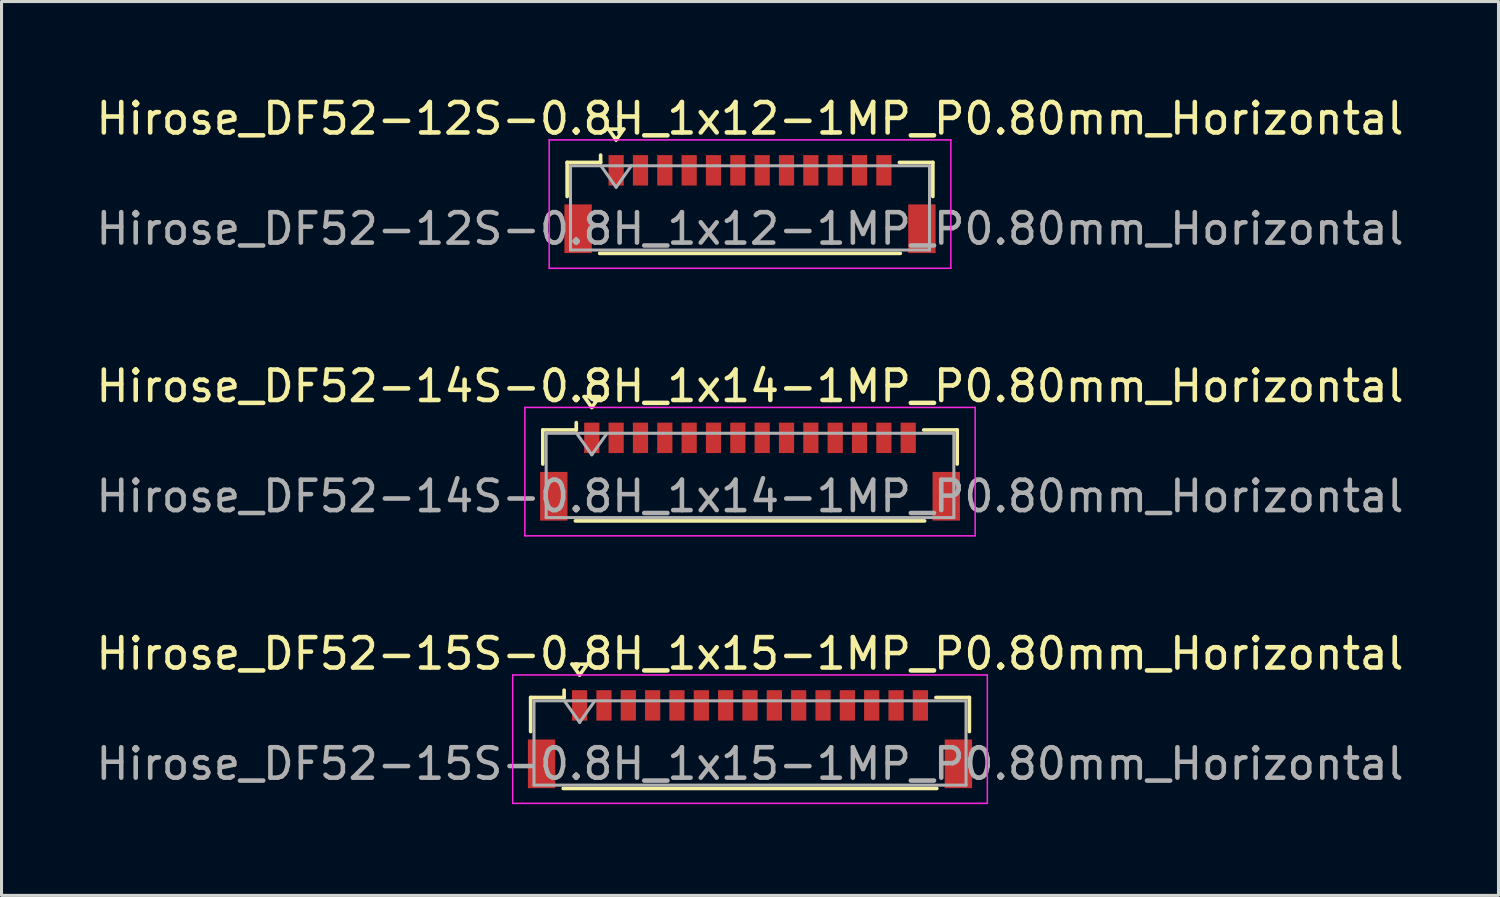
<source format=kicad_pcb>
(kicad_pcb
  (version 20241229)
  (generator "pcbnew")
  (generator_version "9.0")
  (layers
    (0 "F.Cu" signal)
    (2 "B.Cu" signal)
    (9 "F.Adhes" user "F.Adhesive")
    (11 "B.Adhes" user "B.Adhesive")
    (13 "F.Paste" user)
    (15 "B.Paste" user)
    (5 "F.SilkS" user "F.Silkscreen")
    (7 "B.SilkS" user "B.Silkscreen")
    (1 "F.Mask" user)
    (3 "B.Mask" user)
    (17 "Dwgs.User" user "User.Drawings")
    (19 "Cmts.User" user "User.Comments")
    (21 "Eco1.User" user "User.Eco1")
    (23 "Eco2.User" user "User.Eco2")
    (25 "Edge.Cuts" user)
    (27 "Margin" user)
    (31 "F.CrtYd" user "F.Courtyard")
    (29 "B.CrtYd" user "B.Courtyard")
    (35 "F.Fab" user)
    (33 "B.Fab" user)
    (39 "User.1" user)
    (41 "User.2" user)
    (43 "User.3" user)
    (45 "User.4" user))
  (footprint "Hirose_DF52-15S-0.8H_1x15-1MP_P0.80mm_Horizontal"
    (layer "F.Cu")
    (at 21.601 21.245)
    (property "Reference" "Hirose_DF52-15S-0.8H_1x15-1MP_P0.80mm_Horizontal" (at 0 -2.81 0) (layer "F.SilkS") (effects (font (size 1 1) (thickness 0.15))))
    (attr smd)
    (fp_line (start -7.21 -1.37) (end -6.11 -1.37) (stroke (width 0.12) (type solid)) (layer "F.SilkS"))
    (fp_line (start -7.21 -0.25) (end -7.21 -1.37) (stroke (width 0.12) (type solid)) (layer "F.SilkS"))
    (fp_line (start -6.14 1.62) (end 6.14 1.62) (stroke (width 0.12) (type solid)) (layer "F.SilkS"))
    (fp_line (start -6.11 -1.37) (end -6.11 -1.61) (stroke (width 0.12) (type solid)) (layer "F.SilkS"))
    (fp_line (start -5.85 -2.464) (end -5.6 -2.11) (stroke (width 0.12) (type solid)) (layer "F.SilkS"))
    (fp_line (start -5.6 -2.11) (end -5.35 -2.464) (stroke (width 0.12) (type solid)) (layer "F.SilkS"))
    (fp_line (start -5.35 -2.464) (end -5.85 -2.464) (stroke (width 0.12) (type solid)) (layer "F.SilkS"))
    (fp_line (start 7.21 -1.37) (end 6.11 -1.37) (stroke (width 0.12) (type solid)) (layer "F.SilkS"))
    (fp_line (start 7.21 -0.25) (end 7.21 -1.37) (stroke (width 0.12) (type solid)) (layer "F.SilkS"))
    (fp_line (start -7.8 -2.11) (end -7.8 2.11) (stroke (width 0.05) (type solid)) (layer "F.CrtYd"))
    (fp_line (start -7.8 2.11) (end 7.8 2.11) (stroke (width 0.05) (type solid)) (layer "F.CrtYd"))
    (fp_line (start 7.8 -2.11) (end -7.8 -2.11) (stroke (width 0.05) (type solid)) (layer "F.CrtYd"))
    (fp_line (start 7.8 2.11) (end 7.8 -2.11) (stroke (width 0.05) (type solid)) (layer "F.CrtYd"))
    (fp_line (start -7.1 -1.26) (end -7.1 1.51) (stroke (width 0.1) (type solid)) (layer "F.Fab"))
    (fp_line (start -7.1 -1.26) (end 7.1 -1.26) (stroke (width 0.1) (type solid)) (layer "F.Fab"))
    (fp_line (start -7.1 1.51) (end 7.1 1.51) (stroke (width 0.1) (type solid)) (layer "F.Fab"))
    (fp_line (start -6.1 -1.26) (end -5.6 -0.553) (stroke (width 0.1) (type solid)) (layer "F.Fab"))
    (fp_line (start -5.6 -0.553) (end -5.1 -1.26) (stroke (width 0.1) (type solid)) (layer "F.Fab"))
    (fp_line (start 7.1 -1.26) (end 7.1 1.51) (stroke (width 0.1) (type solid)) (layer "F.Fab"))
    (fp_text user "${REFERENCE}" (at 0 0.81 0) (layer "F.Fab") (effects (font (size 1 1) (thickness 0.15))))
    (pad "1" smd rect (at -5.6 -1.11) (size 0.5 1) (layers "F.Cu" "F.Mask" "F.Paste"))
    (pad "2" smd rect (at -4.8 -1.11) (size 0.5 1) (layers "F.Cu" "F.Mask" "F.Paste"))
    (pad "3" smd rect (at -4 -1.11) (size 0.5 1) (layers "F.Cu" "F.Mask" "F.Paste"))
    (pad "4" smd rect (at -3.2 -1.11) (size 0.5 1) (layers "F.Cu" "F.Mask" "F.Paste"))
    (pad "5" smd rect (at -2.4 -1.11) (size 0.5 1) (layers "F.Cu" "F.Mask" "F.Paste"))
    (pad "6" smd rect (at -1.6 -1.11) (size 0.5 1) (layers "F.Cu" "F.Mask" "F.Paste"))
    (pad "7" smd rect (at -0.8 -1.11) (size 0.5 1) (layers "F.Cu" "F.Mask" "F.Paste"))
    (pad "8" smd rect (at 0 -1.11) (size 0.5 1) (layers "F.Cu" "F.Mask" "F.Paste"))
    (pad "9" smd rect (at 0.8 -1.11) (size 0.5 1) (layers "F.Cu" "F.Mask" "F.Paste"))
    (pad "10" smd rect (at 1.6 -1.11) (size 0.5 1) (layers "F.Cu" "F.Mask" "F.Paste"))
    (pad "11" smd rect (at 2.4 -1.11) (size 0.5 1) (layers "F.Cu" "F.Mask" "F.Paste"))
    (pad "12" smd rect (at 3.2 -1.11) (size 0.5 1) (layers "F.Cu" "F.Mask" "F.Paste"))
    (pad "13" smd rect (at 4 -1.11) (size 0.5 1) (layers "F.Cu" "F.Mask" "F.Paste"))
    (pad "14" smd rect (at 4.8 -1.11) (size 0.5 1) (layers "F.Cu" "F.Mask" "F.Paste"))
    (pad "15" smd rect (at 5.6 -1.11) (size 0.5 1) (layers "F.Cu" "F.Mask" "F.Paste"))
    (pad "MP" smd rect (at -6.85 0.81) (size 0.9 1.6) (layers "F.Cu" "F.Mask" "F.Paste"))
    (pad "MP" smd rect (at 6.85 0.81) (size 0.9 1.6) (layers "F.Cu" "F.Mask" "F.Paste")))
  (footprint "Hirose_DF52-12S-0.8H_1x12-1MP_P0.80mm_Horizontal"
    (layer "F.Cu")
    (at 21.601 3.658)
    (property "Reference" "Hirose_DF52-12S-0.8H_1x12-1MP_P0.80mm_Horizontal" (at 0 -2.81 0) (layer "F.SilkS") (effects (font (size 1 1) (thickness 0.15))))
    (attr smd)
    (fp_line (start -6.01 -1.37) (end -4.91 -1.37) (stroke (width 0.12) (type solid)) (layer "F.SilkS"))
    (fp_line (start -6.01 -0.25) (end -6.01 -1.37) (stroke (width 0.12) (type solid)) (layer "F.SilkS"))
    (fp_line (start -4.94 1.62) (end 4.94 1.62) (stroke (width 0.12) (type solid)) (layer "F.SilkS"))
    (fp_line (start -4.91 -1.37) (end -4.91 -1.61) (stroke (width 0.12) (type solid)) (layer "F.SilkS"))
    (fp_line (start -4.65 -2.464) (end -4.4 -2.11) (stroke (width 0.12) (type solid)) (layer "F.SilkS"))
    (fp_line (start -4.4 -2.11) (end -4.15 -2.464) (stroke (width 0.12) (type solid)) (layer "F.SilkS"))
    (fp_line (start -4.15 -2.464) (end -4.65 -2.464) (stroke (width 0.12) (type solid)) (layer "F.SilkS"))
    (fp_line (start 6.01 -1.37) (end 4.91 -1.37) (stroke (width 0.12) (type solid)) (layer "F.SilkS"))
    (fp_line (start 6.01 -0.25) (end 6.01 -1.37) (stroke (width 0.12) (type solid)) (layer "F.SilkS"))
    (fp_line (start -6.6 -2.11) (end -6.6 2.11) (stroke (width 0.05) (type solid)) (layer "F.CrtYd"))
    (fp_line (start -6.6 2.11) (end 6.6 2.11) (stroke (width 0.05) (type solid)) (layer "F.CrtYd"))
    (fp_line (start 6.6 -2.11) (end -6.6 -2.11) (stroke (width 0.05) (type solid)) (layer "F.CrtYd"))
    (fp_line (start 6.6 2.11) (end 6.6 -2.11) (stroke (width 0.05) (type solid)) (layer "F.CrtYd"))
    (fp_line (start -5.9 -1.26) (end -5.9 1.51) (stroke (width 0.1) (type solid)) (layer "F.Fab"))
    (fp_line (start -5.9 -1.26) (end 5.9 -1.26) (stroke (width 0.1) (type solid)) (layer "F.Fab"))
    (fp_line (start -5.9 1.51) (end 5.9 1.51) (stroke (width 0.1) (type solid)) (layer "F.Fab"))
    (fp_line (start -4.9 -1.26) (end -4.4 -0.553) (stroke (width 0.1) (type solid)) (layer "F.Fab"))
    (fp_line (start -4.4 -0.553) (end -3.9 -1.26) (stroke (width 0.1) (type solid)) (layer "F.Fab"))
    (fp_line (start 5.9 -1.26) (end 5.9 1.51) (stroke (width 0.1) (type solid)) (layer "F.Fab"))
    (fp_text user "${REFERENCE}" (at 0 0.81 0) (layer "F.Fab") (effects (font (size 1 1) (thickness 0.15))))
    (pad "1" smd rect (at -4.4 -1.11) (size 0.5 1) (layers "F.Cu" "F.Mask" "F.Paste"))
    (pad "2" smd rect (at -3.6 -1.11) (size 0.5 1) (layers "F.Cu" "F.Mask" "F.Paste"))
    (pad "3" smd rect (at -2.8 -1.11) (size 0.5 1) (layers "F.Cu" "F.Mask" "F.Paste"))
    (pad "4" smd rect (at -2 -1.11) (size 0.5 1) (layers "F.Cu" "F.Mask" "F.Paste"))
    (pad "5" smd rect (at -1.2 -1.11) (size 0.5 1) (layers "F.Cu" "F.Mask" "F.Paste"))
    (pad "6" smd rect (at -0.4 -1.11) (size 0.5 1) (layers "F.Cu" "F.Mask" "F.Paste"))
    (pad "7" smd rect (at 0.4 -1.11) (size 0.5 1) (layers "F.Cu" "F.Mask" "F.Paste"))
    (pad "8" smd rect (at 1.2 -1.11) (size 0.5 1) (layers "F.Cu" "F.Mask" "F.Paste"))
    (pad "9" smd rect (at 2 -1.11) (size 0.5 1) (layers "F.Cu" "F.Mask" "F.Paste"))
    (pad "10" smd rect (at 2.8 -1.11) (size 0.5 1) (layers "F.Cu" "F.Mask" "F.Paste"))
    (pad "11" smd rect (at 3.6 -1.11) (size 0.5 1) (layers "F.Cu" "F.Mask" "F.Paste"))
    (pad "12" smd rect (at 4.4 -1.11) (size 0.5 1) (layers "F.Cu" "F.Mask" "F.Paste"))
    (pad "MP" smd rect (at -5.65 0.81) (size 0.9 1.6) (layers "F.Cu" "F.Mask" "F.Paste"))
    (pad "MP" smd rect (at 5.65 0.81) (size 0.9 1.6) (layers "F.Cu" "F.Mask" "F.Paste")))
  (footprint "Hirose_DF52-14S-0.8H_1x14-1MP_P0.80mm_Horizontal"
    (layer "F.Cu")
    (at 21.601 12.451)
    (property "Reference" "Hirose_DF52-14S-0.8H_1x14-1MP_P0.80mm_Horizontal" (at 0 -2.81 0) (layer "F.SilkS") (effects (font (size 1 1) (thickness 0.15))))
    (attr smd)
    (fp_line (start -6.81 -1.37) (end -5.71 -1.37) (stroke (width 0.12) (type solid)) (layer "F.SilkS"))
    (fp_line (start -6.81 -0.25) (end -6.81 -1.37) (stroke (width 0.12) (type solid)) (layer "F.SilkS"))
    (fp_line (start -5.74 1.62) (end 5.74 1.62) (stroke (width 0.12) (type solid)) (layer "F.SilkS"))
    (fp_line (start -5.71 -1.37) (end -5.71 -1.61) (stroke (width 0.12) (type solid)) (layer "F.SilkS"))
    (fp_line (start -5.45 -2.464) (end -5.2 -2.11) (stroke (width 0.12) (type solid)) (layer "F.SilkS"))
    (fp_line (start -5.2 -2.11) (end -4.95 -2.464) (stroke (width 0.12) (type solid)) (layer "F.SilkS"))
    (fp_line (start -4.95 -2.464) (end -5.45 -2.464) (stroke (width 0.12) (type solid)) (layer "F.SilkS"))
    (fp_line (start 6.81 -1.37) (end 5.71 -1.37) (stroke (width 0.12) (type solid)) (layer "F.SilkS"))
    (fp_line (start 6.81 -0.25) (end 6.81 -1.37) (stroke (width 0.12) (type solid)) (layer "F.SilkS"))
    (fp_line (start -7.4 -2.11) (end -7.4 2.11) (stroke (width 0.05) (type solid)) (layer "F.CrtYd"))
    (fp_line (start -7.4 2.11) (end 7.4 2.11) (stroke (width 0.05) (type solid)) (layer "F.CrtYd"))
    (fp_line (start 7.4 -2.11) (end -7.4 -2.11) (stroke (width 0.05) (type solid)) (layer "F.CrtYd"))
    (fp_line (start 7.4 2.11) (end 7.4 -2.11) (stroke (width 0.05) (type solid)) (layer "F.CrtYd"))
    (fp_line (start -6.7 -1.26) (end -6.7 1.51) (stroke (width 0.1) (type solid)) (layer "F.Fab"))
    (fp_line (start -6.7 -1.26) (end 6.7 -1.26) (stroke (width 0.1) (type solid)) (layer "F.Fab"))
    (fp_line (start -6.7 1.51) (end 6.7 1.51) (stroke (width 0.1) (type solid)) (layer "F.Fab"))
    (fp_line (start -5.7 -1.26) (end -5.2 -0.553) (stroke (width 0.1) (type solid)) (layer "F.Fab"))
    (fp_line (start -5.2 -0.553) (end -4.7 -1.26) (stroke (width 0.1) (type solid)) (layer "F.Fab"))
    (fp_line (start 6.7 -1.26) (end 6.7 1.51) (stroke (width 0.1) (type solid)) (layer "F.Fab"))
    (fp_text user "${REFERENCE}" (at 0 0.81 0) (layer "F.Fab") (effects (font (size 1 1) (thickness 0.15))))
    (pad "1" smd rect (at -5.2 -1.11) (size 0.5 1) (layers "F.Cu" "F.Mask" "F.Paste"))
    (pad "2" smd rect (at -4.4 -1.11) (size 0.5 1) (layers "F.Cu" "F.Mask" "F.Paste"))
    (pad "3" smd rect (at -3.6 -1.11) (size 0.5 1) (layers "F.Cu" "F.Mask" "F.Paste"))
    (pad "4" smd rect (at -2.8 -1.11) (size 0.5 1) (layers "F.Cu" "F.Mask" "F.Paste"))
    (pad "5" smd rect (at -2 -1.11) (size 0.5 1) (layers "F.Cu" "F.Mask" "F.Paste"))
    (pad "6" smd rect (at -1.2 -1.11) (size 0.5 1) (layers "F.Cu" "F.Mask" "F.Paste"))
    (pad "7" smd rect (at -0.4 -1.11) (size 0.5 1) (layers "F.Cu" "F.Mask" "F.Paste"))
    (pad "8" smd rect (at 0.4 -1.11) (size 0.5 1) (layers "F.Cu" "F.Mask" "F.Paste"))
    (pad "9" smd rect (at 1.2 -1.11) (size 0.5 1) (layers "F.Cu" "F.Mask" "F.Paste"))
    (pad "10" smd rect (at 2 -1.11) (size 0.5 1) (layers "F.Cu" "F.Mask" "F.Paste"))
    (pad "11" smd rect (at 2.8 -1.11) (size 0.5 1) (layers "F.Cu" "F.Mask" "F.Paste"))
    (pad "12" smd rect (at 3.6 -1.11) (size 0.5 1) (layers "F.Cu" "F.Mask" "F.Paste"))
    (pad "13" smd rect (at 4.4 -1.11) (size 0.5 1) (layers "F.Cu" "F.Mask" "F.Paste"))
    (pad "14" smd rect (at 5.2 -1.11) (size 0.5 1) (layers "F.Cu" "F.Mask" "F.Paste"))
    (pad "MP" smd rect (at -6.45 0.81) (size 0.9 1.6) (layers "F.Cu" "F.Mask" "F.Paste"))
    (pad "MP" smd rect (at 6.45 0.81) (size 0.9 1.6) (layers "F.Cu" "F.Mask" "F.Paste")))
  (gr_rect
    (start -3 -3)
    (end 46.202 26.38)
    (stroke (width 0.1) (type default))
    (fill no)
    (layer "Edge.Cuts")))
</source>
